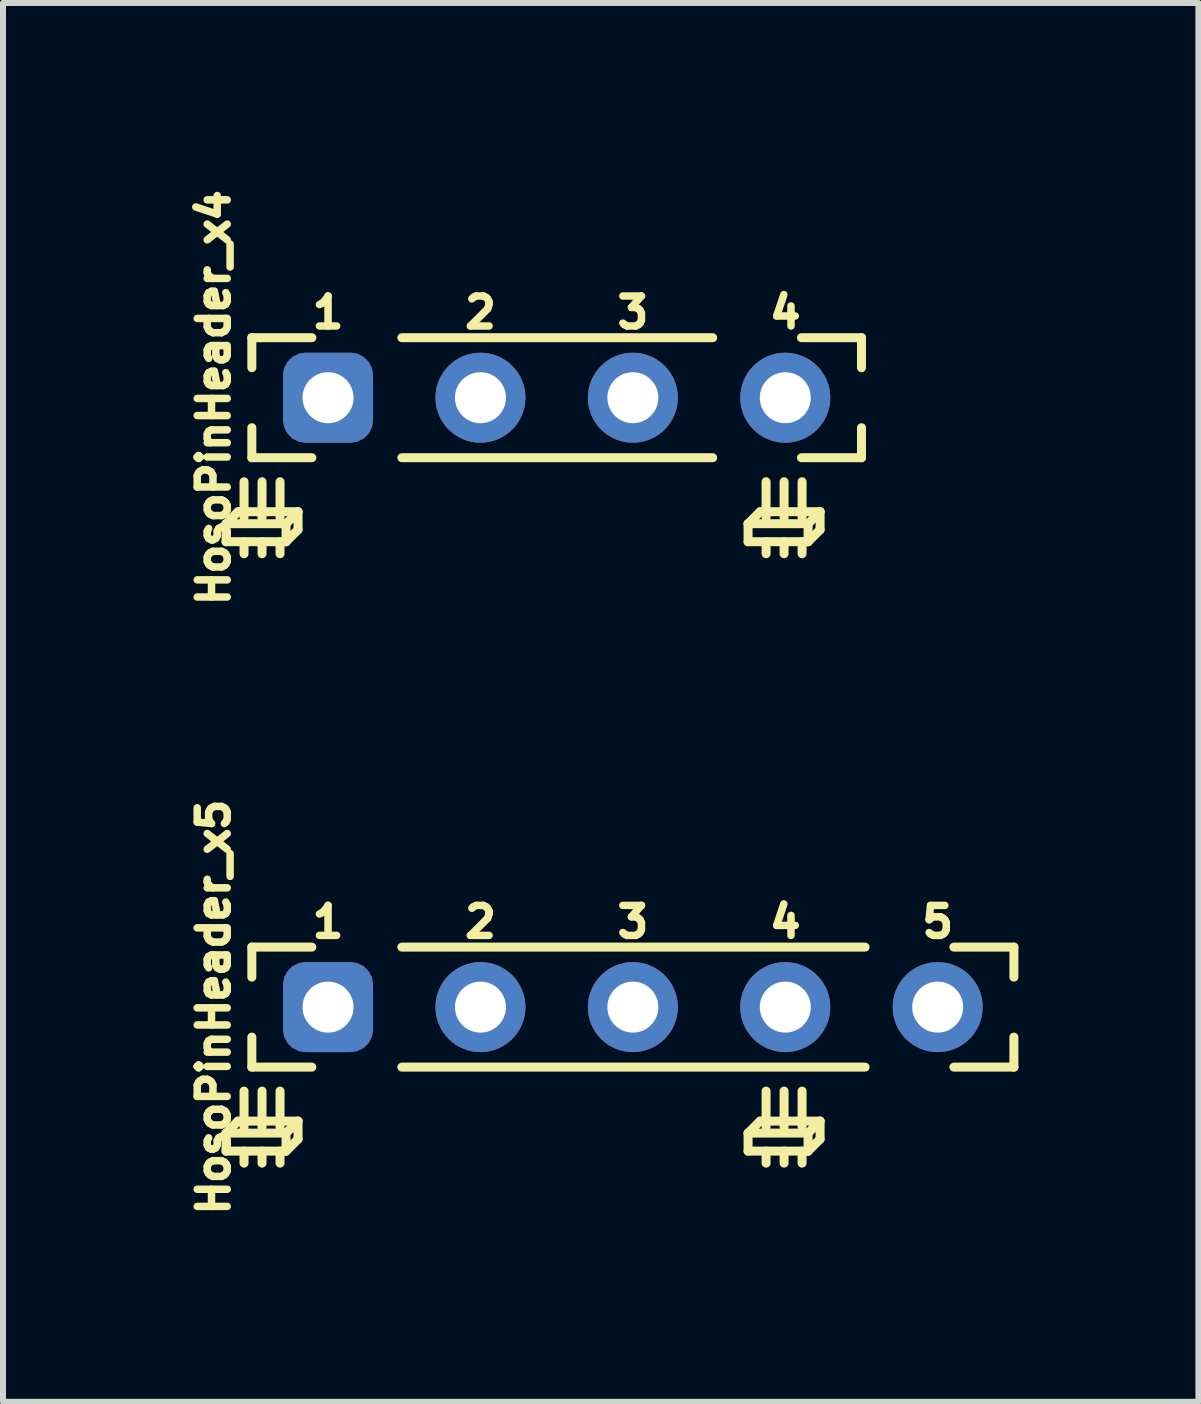
<source format=kicad_pcb>
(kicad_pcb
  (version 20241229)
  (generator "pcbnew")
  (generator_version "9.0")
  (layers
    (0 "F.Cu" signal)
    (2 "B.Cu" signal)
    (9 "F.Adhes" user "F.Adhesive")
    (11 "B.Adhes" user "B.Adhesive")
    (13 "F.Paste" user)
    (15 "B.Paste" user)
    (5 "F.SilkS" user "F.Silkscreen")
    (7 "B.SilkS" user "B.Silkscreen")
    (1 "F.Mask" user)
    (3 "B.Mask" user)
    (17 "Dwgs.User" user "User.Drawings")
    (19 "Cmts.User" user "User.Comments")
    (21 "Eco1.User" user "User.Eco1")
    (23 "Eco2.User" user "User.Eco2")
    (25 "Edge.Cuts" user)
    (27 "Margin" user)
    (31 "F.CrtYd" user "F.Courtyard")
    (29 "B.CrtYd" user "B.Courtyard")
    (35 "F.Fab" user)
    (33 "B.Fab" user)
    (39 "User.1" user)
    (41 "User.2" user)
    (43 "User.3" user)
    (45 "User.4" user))
  (footprint "HosoPinHeader_x5"
    (layer "F.Cu")
    (at 2.417 13.734)
    (property "Reference" "HosoPinHeader_x5" (at -1.905 0 90) (layer "F.SilkS") (effects (font (size 0.5 0.5) (thickness 0.125))))
    (attr through_hole)
    (fp_line (start -1.7 2.1) (end -1.5 1.9) (stroke (width 0.15) (type solid)) (layer "F.SilkS"))
    (fp_line (start -1.7 2.1) (end -0.7 2.1) (stroke (width 0.15) (type solid)) (layer "F.SilkS"))
    (fp_line (start -1.7 2.4) (end -1.7 2.1) (stroke (width 0.15) (type solid)) (layer "F.SilkS"))
    (fp_line (start -1.5 1.9) (end -0.5 1.9) (stroke (width 0.15) (type solid)) (layer "F.SilkS"))
    (fp_line (start -1.4 2) (end -1.4 1.4) (stroke (width 0.15) (type solid)) (layer "F.SilkS"))
    (fp_line (start -1.4 2.4) (end -1.4 2.6) (stroke (width 0.15) (type solid)) (layer "F.SilkS"))
    (fp_line (start -1.27 -1) (end -1.27 -0.5) (stroke (width 0.15) (type solid)) (layer "F.SilkS"))
    (fp_line (start -1.27 -1) (end -0.27 -1) (stroke (width 0.15) (type solid)) (layer "F.SilkS"))
    (fp_line (start -1.27 1) (end -1.27 0.5) (stroke (width 0.15) (type solid)) (layer "F.SilkS"))
    (fp_line (start -1.27 1) (end -0.27 1) (stroke (width 0.15) (type solid)) (layer "F.SilkS"))
    (fp_line (start -1.1 2) (end -1.1 1.4) (stroke (width 0.15) (type solid)) (layer "F.SilkS"))
    (fp_line (start -1.1 2.4) (end -1.1 2.6) (stroke (width 0.15) (type solid)) (layer "F.SilkS"))
    (fp_line (start -0.8 2) (end -0.8 1.4) (stroke (width 0.15) (type solid)) (layer "F.SilkS"))
    (fp_line (start -0.8 2.4) (end -0.8 2.6) (stroke (width 0.15) (type solid)) (layer "F.SilkS"))
    (fp_line (start -0.7 2.1) (end -0.7 2.4) (stroke (width 0.15) (type solid)) (layer "F.SilkS"))
    (fp_line (start -0.7 2.1) (end -0.5 1.9) (stroke (width 0.15) (type solid)) (layer "F.SilkS"))
    (fp_line (start -0.7 2.4) (end -1.7 2.4) (stroke (width 0.15) (type solid)) (layer "F.SilkS"))
    (fp_line (start -0.5 1.9) (end -0.5 2.2) (stroke (width 0.15) (type solid)) (layer "F.SilkS"))
    (fp_line (start -0.5 2.2) (end -0.7 2.4) (stroke (width 0.15) (type solid)) (layer "F.SilkS"))
    (fp_line (start 1.23 -1) (end 8.95 -1) (stroke (width 0.15) (type solid)) (layer "F.SilkS"))
    (fp_line (start 7 2.1) (end 7.2 1.9) (stroke (width 0.15) (type solid)) (layer "F.SilkS"))
    (fp_line (start 7 2.1) (end 8 2.1) (stroke (width 0.15) (type solid)) (layer "F.SilkS"))
    (fp_line (start 7 2.4) (end 7 2.1) (stroke (width 0.15) (type solid)) (layer "F.SilkS"))
    (fp_line (start 7.2 1.9) (end 8.2 1.9) (stroke (width 0.15) (type solid)) (layer "F.SilkS"))
    (fp_line (start 7.3 2) (end 7.3 1.4) (stroke (width 0.15) (type solid)) (layer "F.SilkS"))
    (fp_line (start 7.3 2.4) (end 7.3 2.6) (stroke (width 0.15) (type solid)) (layer "F.SilkS"))
    (fp_line (start 7.6 2) (end 7.6 1.4) (stroke (width 0.15) (type solid)) (layer "F.SilkS"))
    (fp_line (start 7.6 2.4) (end 7.6 2.6) (stroke (width 0.15) (type solid)) (layer "F.SilkS"))
    (fp_line (start 7.9 2) (end 7.9 1.4) (stroke (width 0.15) (type solid)) (layer "F.SilkS"))
    (fp_line (start 7.9 2.4) (end 7.9 2.6) (stroke (width 0.15) (type solid)) (layer "F.SilkS"))
    (fp_line (start 8 2.1) (end 8 2.4) (stroke (width 0.15) (type solid)) (layer "F.SilkS"))
    (fp_line (start 8 2.1) (end 8.2 1.9) (stroke (width 0.15) (type solid)) (layer "F.SilkS"))
    (fp_line (start 8 2.4) (end 7 2.4) (stroke (width 0.15) (type solid)) (layer "F.SilkS"))
    (fp_line (start 8.2 1.9) (end 8.2 2.2) (stroke (width 0.15) (type solid)) (layer "F.SilkS"))
    (fp_line (start 8.2 2.2) (end 8 2.4) (stroke (width 0.15) (type solid)) (layer "F.SilkS"))
    (fp_line (start 8.95 1) (end 1.23 1) (stroke (width 0.15) (type solid)) (layer "F.SilkS"))
    (fp_line (start 11.43 -1) (end 10.43 -1) (stroke (width 0.15) (type solid)) (layer "F.SilkS"))
    (fp_line (start 11.43 -0.5) (end 11.43 -1) (stroke (width 0.15) (type solid)) (layer "F.SilkS"))
    (fp_line (start 11.43 1) (end 10.43 1) (stroke (width 0.15) (type solid)) (layer "F.SilkS"))
    (fp_line (start 11.43 1) (end 11.43 0.5) (stroke (width 0.15) (type solid)) (layer "F.SilkS"))
    (fp_text user "3" (at 5.08 -1.42 0) (layer "F.SilkS") (effects (font (size 0.5 0.5) (thickness 0.125))))
    (fp_text user "4" (at 7.62 -1.42 0) (layer "F.SilkS") (effects (font (size 0.5 0.5) (thickness 0.125))))
    (fp_text user "5" (at 10.16 -1.42 0) (layer "F.SilkS") (effects (font (size 0.5 0.5) (thickness 0.125))))
    (fp_text user "2" (at 2.54 -1.42 0) (layer "F.SilkS") (effects (font (size 0.5 0.5) (thickness 0.125))))
    (fp_text user "1" (at 0 -1.42 0) (layer "F.SilkS") (effects (font (size 0.5 0.5) (thickness 0.125))))
    (pad "1" thru_hole roundrect (at 0 0 90) (size 1.5 1.5) (drill 0.85) (layers "*.Cu" "*.Mask") (roundrect_rratio 0.25))
    (pad "2" thru_hole circle (at 2.54 0) (size 1.5 1.5) (drill 0.85) (layers "*.Cu" "*.Mask"))
    (pad "3" thru_hole circle (at 5.08 0) (size 1.5 1.5) (drill 0.85) (layers "*.Cu" "*.Mask"))
    (pad "4" thru_hole circle (at 7.62 0) (size 1.5 1.5) (drill 0.85) (layers "*.Cu" "*.Mask"))
    (pad "5" thru_hole circle (at 10.16 0) (size 1.5 1.5) (drill 0.85) (layers "*.Cu" "*.Mask")))
  (footprint "HosoPinHeader_x4"
    (layer "F.Cu")
    (at 2.417 3.578)
    (property "Reference" "HosoPinHeader_x4" (at -1.905 0 90) (layer "F.SilkS") (effects (font (size 0.5 0.5) (thickness 0.125))))
    (attr through_hole)
    (fp_line (start -1.7 2.1) (end -1.5 1.9) (stroke (width 0.15) (type solid)) (layer "F.SilkS"))
    (fp_line (start -1.7 2.1) (end -0.7 2.1) (stroke (width 0.15) (type solid)) (layer "F.SilkS"))
    (fp_line (start -1.7 2.4) (end -1.7 2.1) (stroke (width 0.15) (type solid)) (layer "F.SilkS"))
    (fp_line (start -1.5 1.9) (end -0.5 1.9) (stroke (width 0.15) (type solid)) (layer "F.SilkS"))
    (fp_line (start -1.4 2) (end -1.4 1.4) (stroke (width 0.15) (type solid)) (layer "F.SilkS"))
    (fp_line (start -1.4 2.4) (end -1.4 2.6) (stroke (width 0.15) (type solid)) (layer "F.SilkS"))
    (fp_line (start -1.27 -1) (end -1.27 -0.5) (stroke (width 0.15) (type solid)) (layer "F.SilkS"))
    (fp_line (start -1.27 -1) (end -0.27 -1) (stroke (width 0.15) (type solid)) (layer "F.SilkS"))
    (fp_line (start -1.27 1) (end -1.27 0.5) (stroke (width 0.15) (type solid)) (layer "F.SilkS"))
    (fp_line (start -1.27 1) (end -0.27 1) (stroke (width 0.15) (type solid)) (layer "F.SilkS"))
    (fp_line (start -1.1 2) (end -1.1 1.4) (stroke (width 0.15) (type solid)) (layer "F.SilkS"))
    (fp_line (start -1.1 2.4) (end -1.1 2.6) (stroke (width 0.15) (type solid)) (layer "F.SilkS"))
    (fp_line (start -0.8 2) (end -0.8 1.4) (stroke (width 0.15) (type solid)) (layer "F.SilkS"))
    (fp_line (start -0.8 2.4) (end -0.8 2.6) (stroke (width 0.15) (type solid)) (layer "F.SilkS"))
    (fp_line (start -0.7 2.1) (end -0.7 2.4) (stroke (width 0.15) (type solid)) (layer "F.SilkS"))
    (fp_line (start -0.7 2.1) (end -0.5 1.9) (stroke (width 0.15) (type solid)) (layer "F.SilkS"))
    (fp_line (start -0.7 2.4) (end -1.7 2.4) (stroke (width 0.15) (type solid)) (layer "F.SilkS"))
    (fp_line (start -0.5 1.9) (end -0.5 2.2) (stroke (width 0.15) (type solid)) (layer "F.SilkS"))
    (fp_line (start -0.5 2.2) (end -0.7 2.4) (stroke (width 0.15) (type solid)) (layer "F.SilkS"))
    (fp_line (start 1.23 -1) (end 6.41 -1) (stroke (width 0.15) (type solid)) (layer "F.SilkS"))
    (fp_line (start 1.23 1) (end 6.41 1) (stroke (width 0.15) (type solid)) (layer "F.SilkS"))
    (fp_line (start 7 2.1) (end 7.2 1.9) (stroke (width 0.15) (type solid)) (layer "F.SilkS"))
    (fp_line (start 7 2.1) (end 8 2.1) (stroke (width 0.15) (type solid)) (layer "F.SilkS"))
    (fp_line (start 7 2.4) (end 7 2.1) (stroke (width 0.15) (type solid)) (layer "F.SilkS"))
    (fp_line (start 7.2 1.9) (end 8.2 1.9) (stroke (width 0.15) (type solid)) (layer "F.SilkS"))
    (fp_line (start 7.3 2) (end 7.3 1.4) (stroke (width 0.15) (type solid)) (layer "F.SilkS"))
    (fp_line (start 7.3 2.4) (end 7.3 2.6) (stroke (width 0.15) (type solid)) (layer "F.SilkS"))
    (fp_line (start 7.6 2) (end 7.6 1.4) (stroke (width 0.15) (type solid)) (layer "F.SilkS"))
    (fp_line (start 7.6 2.4) (end 7.6 2.6) (stroke (width 0.15) (type solid)) (layer "F.SilkS"))
    (fp_line (start 7.9 2) (end 7.9 1.4) (stroke (width 0.15) (type solid)) (layer "F.SilkS"))
    (fp_line (start 7.9 2.4) (end 7.9 2.6) (stroke (width 0.15) (type solid)) (layer "F.SilkS"))
    (fp_line (start 8 2.1) (end 8 2.4) (stroke (width 0.15) (type solid)) (layer "F.SilkS"))
    (fp_line (start 8 2.1) (end 8.2 1.9) (stroke (width 0.15) (type solid)) (layer "F.SilkS"))
    (fp_line (start 8 2.4) (end 7 2.4) (stroke (width 0.15) (type solid)) (layer "F.SilkS"))
    (fp_line (start 8.2 1.9) (end 8.2 2.2) (stroke (width 0.15) (type solid)) (layer "F.SilkS"))
    (fp_line (start 8.2 2.2) (end 8 2.4) (stroke (width 0.15) (type solid)) (layer "F.SilkS"))
    (fp_line (start 8.89 -1) (end 7.89 -1) (stroke (width 0.15) (type solid)) (layer "F.SilkS"))
    (fp_line (start 8.89 -0.5) (end 8.89 -1) (stroke (width 0.15) (type solid)) (layer "F.SilkS"))
    (fp_line (start 8.89 1) (end 7.89 1) (stroke (width 0.15) (type solid)) (layer "F.SilkS"))
    (fp_line (start 8.89 1) (end 8.89 0.5) (stroke (width 0.15) (type solid)) (layer "F.SilkS"))
    (fp_text user "2" (at 2.54 -1.42 0) (layer "F.SilkS") (effects (font (size 0.5 0.5) (thickness 0.125))))
    (fp_text user "4" (at 7.62 -1.42 0) (layer "F.SilkS") (effects (font (size 0.5 0.5) (thickness 0.125))))
    (fp_text user "1" (at 0 -1.42 0) (layer "F.SilkS") (effects (font (size 0.5 0.5) (thickness 0.125))))
    (fp_text user "3" (at 5.08 -1.42 0) (layer "F.SilkS") (effects (font (size 0.5 0.5) (thickness 0.125))))
    (pad "1" thru_hole roundrect (at 0 0 90) (size 1.5 1.5) (drill 0.85) (layers "*.Cu" "*.Mask") (roundrect_rratio 0.25))
    (pad "2" thru_hole circle (at 2.54 0) (size 1.5 1.5) (drill 0.85) (layers "*.Cu" "*.Mask"))
    (pad "3" thru_hole circle (at 5.08 0) (size 1.5 1.5) (drill 0.85) (layers "*.Cu" "*.Mask"))
    (pad "4" thru_hole circle (at 7.62 0) (size 1.5 1.5) (drill 0.85) (layers "*.Cu" "*.Mask")))
  (gr_rect
    (start -3 -3)
    (end 16.922 20.312)
    (stroke (width 0.1) (type default))
    (fill no)
    (layer "Edge.Cuts")))
</source>
